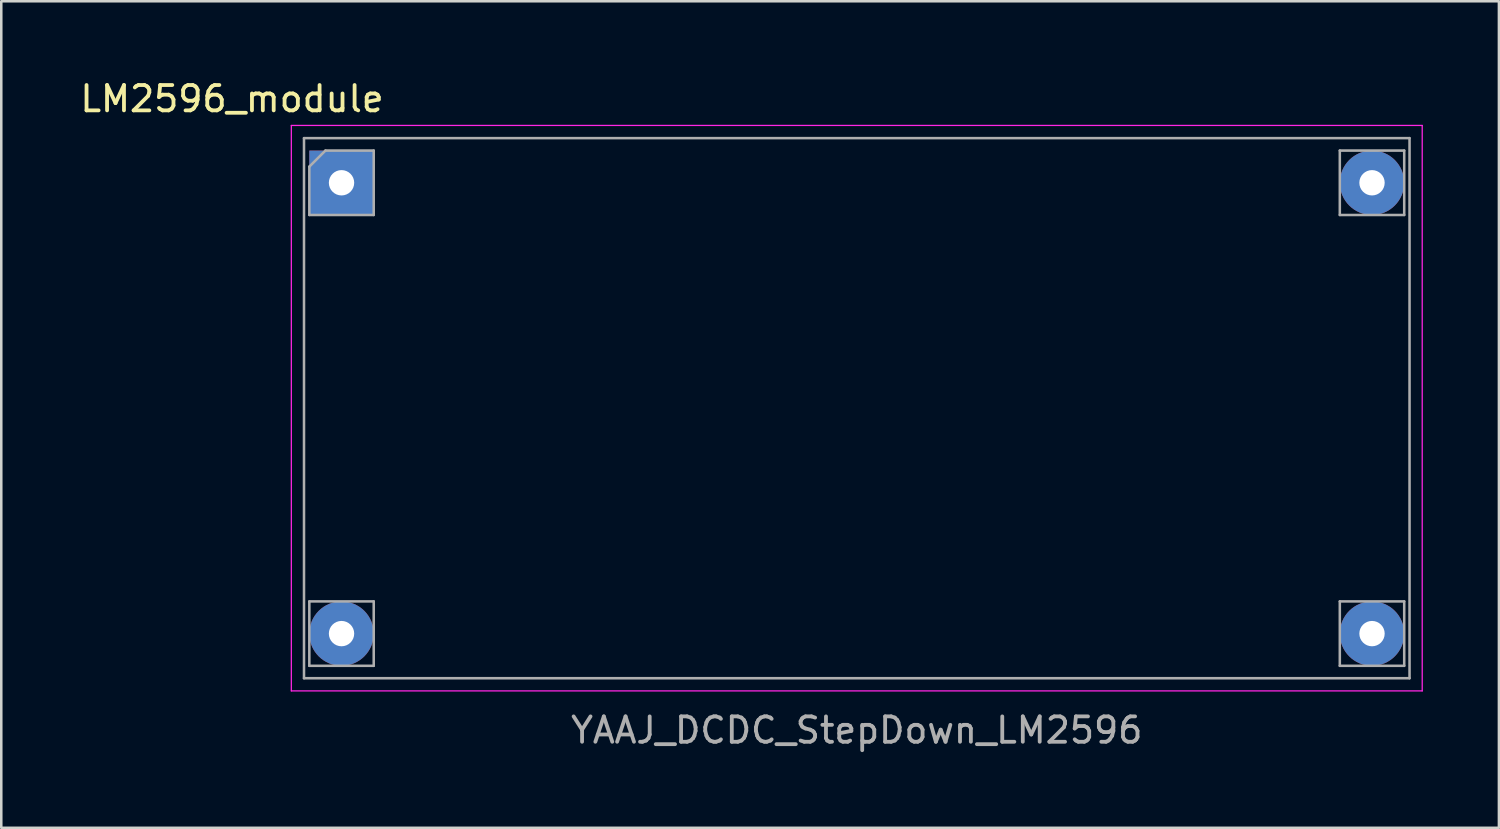
<source format=kicad_pcb>
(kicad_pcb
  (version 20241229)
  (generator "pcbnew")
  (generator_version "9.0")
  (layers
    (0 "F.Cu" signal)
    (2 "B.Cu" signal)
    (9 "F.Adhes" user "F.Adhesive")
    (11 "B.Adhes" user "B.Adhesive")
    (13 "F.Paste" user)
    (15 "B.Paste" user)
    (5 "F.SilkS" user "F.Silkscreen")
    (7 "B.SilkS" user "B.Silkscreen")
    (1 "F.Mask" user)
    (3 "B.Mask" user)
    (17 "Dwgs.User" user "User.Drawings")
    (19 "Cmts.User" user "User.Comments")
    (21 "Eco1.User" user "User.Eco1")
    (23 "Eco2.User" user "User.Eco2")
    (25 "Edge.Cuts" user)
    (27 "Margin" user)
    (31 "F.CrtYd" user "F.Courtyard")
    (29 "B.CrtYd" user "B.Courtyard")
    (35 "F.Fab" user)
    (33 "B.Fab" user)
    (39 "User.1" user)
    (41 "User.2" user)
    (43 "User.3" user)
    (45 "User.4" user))
  (footprint "LM2596_module"
    (layer "F.Cu")
    (at 6.101 0.348)
    (property "Reference" "LM2596_module" (at 0 0.5 0) (layer "F.SilkS") (effects (font (size 1 1) (thickness 0.15))))
    (attr through_hole)
    (fp_line (start 2.338 1.55) (end 46.938 1.55) (stroke (width 0.05) (type solid)) (layer "F.CrtYd"))
    (fp_line (start 2.338 23.85) (end 2.338 1.55) (stroke (width 0.05) (type solid)) (layer "F.CrtYd"))
    (fp_line (start 46.938 1.55) (end 46.938 23.85) (stroke (width 0.05) (type solid)) (layer "F.CrtYd"))
    (fp_line (start 46.938 23.85) (end 2.338 23.85) (stroke (width 0.05) (type solid)) (layer "F.CrtYd"))
    (fp_line (start 2.838 2.05) (end 2.838 23.35) (stroke (width 0.1) (type solid)) (layer "F.Fab"))
    (fp_line (start 2.838 23.35) (end 46.438 23.35) (stroke (width 0.1) (type solid)) (layer "F.Fab"))
    (fp_line (start 3.048 3.175) (end 3.683 2.54) (stroke (width 0.1) (type solid)) (layer "F.Fab"))
    (fp_line (start 3.048 5.08) (end 3.048 3.175) (stroke (width 0.1) (type solid)) (layer "F.Fab"))
    (fp_line (start 3.048 20.32) (end 5.588 20.32) (stroke (width 0.1) (type solid)) (layer "F.Fab"))
    (fp_line (start 3.048 22.86) (end 3.048 20.32) (stroke (width 0.1) (type solid)) (layer "F.Fab"))
    (fp_line (start 3.683 2.54) (end 5.588 2.54) (stroke (width 0.1) (type solid)) (layer "F.Fab"))
    (fp_line (start 5.588 2.54) (end 5.588 5.08) (stroke (width 0.1) (type solid)) (layer "F.Fab"))
    (fp_line (start 5.588 5.08) (end 3.048 5.08) (stroke (width 0.1) (type solid)) (layer "F.Fab"))
    (fp_line (start 5.588 20.32) (end 5.588 22.86) (stroke (width 0.1) (type solid)) (layer "F.Fab"))
    (fp_line (start 5.588 22.86) (end 3.048 22.86) (stroke (width 0.1) (type solid)) (layer "F.Fab"))
    (fp_line (start 43.688 2.54) (end 46.228 2.54) (stroke (width 0.1) (type solid)) (layer "F.Fab"))
    (fp_line (start 43.688 5.08) (end 43.688 2.54) (stroke (width 0.1) (type solid)) (layer "F.Fab"))
    (fp_line (start 43.688 20.32) (end 46.228 20.32) (stroke (width 0.1) (type solid)) (layer "F.Fab"))
    (fp_line (start 43.688 22.86) (end 43.688 20.32) (stroke (width 0.1) (type solid)) (layer "F.Fab"))
    (fp_line (start 46.228 2.54) (end 46.228 5.08) (stroke (width 0.1) (type solid)) (layer "F.Fab"))
    (fp_line (start 46.228 5.08) (end 43.688 5.08) (stroke (width 0.1) (type solid)) (layer "F.Fab"))
    (fp_line (start 46.228 20.32) (end 46.228 22.86) (stroke (width 0.1) (type solid)) (layer "F.Fab"))
    (fp_line (start 46.228 22.86) (end 43.688 22.86) (stroke (width 0.1) (type solid)) (layer "F.Fab"))
    (fp_line (start 46.438 2.05) (end 2.838 2.05) (stroke (width 0.1) (type solid)) (layer "F.Fab"))
    (fp_line (start 46.438 23.35) (end 46.438 2.05) (stroke (width 0.1) (type solid)) (layer "F.Fab"))
    (fp_text user "YAAJ_DCDC_StepDown_LM2596" (at 24.638 25.4 180) (layer "F.Fab") (effects (font (size 1 1) (thickness 0.15))))
    (pad "1" thru_hole rect (at 4.318 3.81) (size 2.54 2.54) (drill 1) (layers "*.Cu" "*.Mask"))
    (pad "2" thru_hole circle (at 4.318 21.59) (size 2.54 2.54) (drill 1) (layers "*.Cu" "*.Mask"))
    (pad "3" thru_hole circle (at 44.958 21.59) (size 2.54 2.54) (drill 1) (layers "*.Cu" "*.Mask"))
    (pad "4" thru_hole circle (at 44.958 3.81) (size 2.54 2.54) (drill 1) (layers "*.Cu" "*.Mask")))
  (gr_rect
    (start -3 -3)
    (end 56.064 29.596)
    (stroke (width 0.1) (type default))
    (fill no)
    (layer "Edge.Cuts")))
</source>
